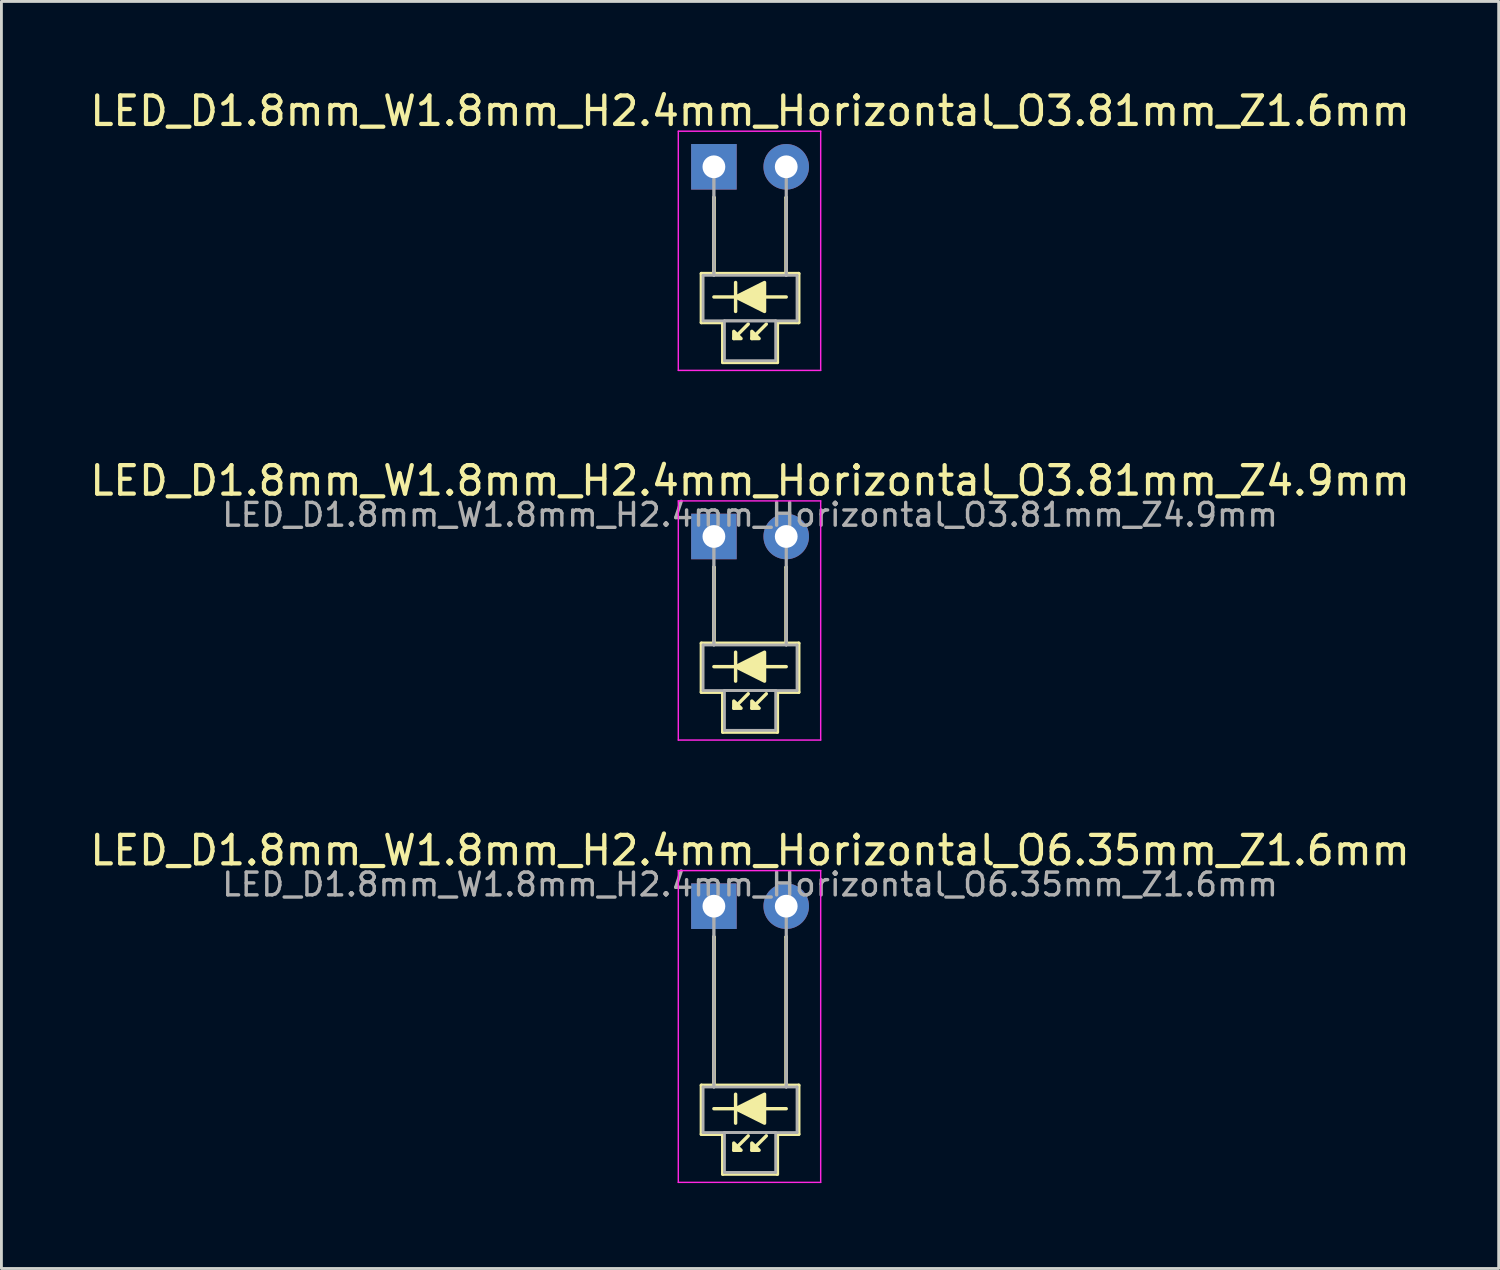
<source format=kicad_pcb>
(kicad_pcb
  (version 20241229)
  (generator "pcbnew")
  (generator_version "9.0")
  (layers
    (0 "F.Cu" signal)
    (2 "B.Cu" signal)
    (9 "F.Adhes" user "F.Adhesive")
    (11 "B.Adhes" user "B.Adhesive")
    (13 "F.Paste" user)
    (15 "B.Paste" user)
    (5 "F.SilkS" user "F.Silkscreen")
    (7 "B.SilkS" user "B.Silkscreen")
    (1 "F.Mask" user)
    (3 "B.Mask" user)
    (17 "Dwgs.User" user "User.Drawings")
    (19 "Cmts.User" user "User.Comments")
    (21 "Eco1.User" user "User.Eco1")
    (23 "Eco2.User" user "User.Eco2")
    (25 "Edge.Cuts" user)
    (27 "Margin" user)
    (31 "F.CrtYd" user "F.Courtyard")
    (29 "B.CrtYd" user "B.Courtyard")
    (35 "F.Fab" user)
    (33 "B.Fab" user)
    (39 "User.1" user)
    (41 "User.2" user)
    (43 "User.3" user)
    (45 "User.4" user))
  (footprint "LED_D1.8mm_W1.8mm_H2.4mm_Horizontal_O6.35mm_Z1.6mm"
    (layer "F.Cu")
    (at 22.022 28.775)
    (property "Reference" "LED_D1.8mm_W1.8mm_H2.4mm_Horizontal_O6.35mm_Z1.6mm" (at 1.27 -1.96 0) (layer "F.SilkS") (effects (font (size 1 1) (thickness 0.15))))
    (fp_line (start -0.44 6.29) (end -0.44 8.01) (stroke (width 0.12) (type solid)) (layer "F.SilkS"))
    (fp_line (start 0 1.08) (end 0 1.08) (stroke (width 0.12) (type solid)) (layer "F.SilkS"))
    (fp_line (start 0 1.08) (end 0 6.29) (stroke (width 0.12) (type solid)) (layer "F.SilkS"))
    (fp_line (start 0 6.29) (end 0 1.08) (stroke (width 0.12) (type solid)) (layer "F.SilkS"))
    (fp_line (start 0 6.29) (end 0 6.29) (stroke (width 0.12) (type solid)) (layer "F.SilkS"))
    (fp_line (start 0.31 8.01) (end -0.44 8.01) (stroke (width 0.12) (type solid)) (layer "F.SilkS"))
    (fp_line (start 0.31 8.01) (end 0.31 9.41) (stroke (width 0.12) (type solid)) (layer "F.SilkS"))
    (fp_line (start 0.31 9.41) (end 2.23 9.41) (stroke (width 0.12) (type solid)) (layer "F.SilkS"))
    (fp_line (start 0.762 6.604) (end 0.762 7.62) (stroke (width 0.12) (type solid)) (layer "F.SilkS"))
    (fp_line (start 1.206 8.065) (end 0.699 8.572) (stroke (width 0.12) (type solid)) (layer "F.SilkS"))
    (fp_line (start 1.841 8.065) (end 1.333 8.572) (stroke (width 0.12) (type solid)) (layer "F.SilkS"))
    (fp_line (start 2.23 9.41) (end 2.23 8.01) (stroke (width 0.12) (type solid)) (layer "F.SilkS"))
    (fp_line (start 2.54 1.08) (end 2.54 1.08) (stroke (width 0.12) (type solid)) (layer "F.SilkS"))
    (fp_line (start 2.54 1.08) (end 2.54 6.29) (stroke (width 0.12) (type solid)) (layer "F.SilkS"))
    (fp_line (start 2.54 6.29) (end 2.54 1.08) (stroke (width 0.12) (type solid)) (layer "F.SilkS"))
    (fp_line (start 2.54 6.29) (end 2.54 6.29) (stroke (width 0.12) (type solid)) (layer "F.SilkS"))
    (fp_line (start 2.54 7.112) (end 0 7.112) (stroke (width 0.12) (type solid)) (layer "F.SilkS"))
    (fp_line (start 2.98 6.29) (end -0.44 6.29) (stroke (width 0.12) (type solid)) (layer "F.SilkS"))
    (fp_line (start 2.98 8.01) (end 2.23 8.01) (stroke (width 0.12) (type solid)) (layer "F.SilkS"))
    (fp_line (start 2.98 8.01) (end 2.98 6.29) (stroke (width 0.12) (type solid)) (layer "F.SilkS"))
    (fp_poly (pts (xy 0.699 8.319) (xy 0.953 8.572) (xy 0.699 8.572)) (stroke (width 0.12) (type solid)) (fill yes) (layer "F.SilkS"))
    (fp_poly (pts (xy 1.333 8.319) (xy 1.587 8.572) (xy 1.333 8.572)) (stroke (width 0.12) (type solid)) (fill yes) (layer "F.SilkS"))
    (fp_poly (pts (xy 1.778 7.62) (xy 0.762 7.112) (xy 1.778 6.604)) (stroke (width 0.12) (type solid)) (fill yes) (layer "F.SilkS"))
    (fp_line (start -1.25 -1.25) (end -1.25 9.7) (stroke (width 0.05) (type solid)) (layer "F.CrtYd"))
    (fp_line (start -1.25 9.7) (end 3.75 9.7) (stroke (width 0.05) (type solid)) (layer "F.CrtYd"))
    (fp_line (start 3.75 -1.25) (end -1.25 -1.25) (stroke (width 0.05) (type solid)) (layer "F.CrtYd"))
    (fp_line (start 3.75 9.7) (end 3.75 -1.25) (stroke (width 0.05) (type solid)) (layer "F.CrtYd"))
    (fp_line (start -0.38 6.35) (end -0.38 7.95) (stroke (width 0.1) (type solid)) (layer "F.Fab"))
    (fp_line (start -0.38 7.95) (end 2.92 7.95) (stroke (width 0.1) (type solid)) (layer "F.Fab"))
    (fp_line (start 0 0) (end 0 0) (stroke (width 0.1) (type solid)) (layer "F.Fab"))
    (fp_line (start 0 0) (end 0 6.35) (stroke (width 0.1) (type solid)) (layer "F.Fab"))
    (fp_line (start 0 6.35) (end 0 0) (stroke (width 0.1) (type solid)) (layer "F.Fab"))
    (fp_line (start 0 6.35) (end 0 6.35) (stroke (width 0.1) (type solid)) (layer "F.Fab"))
    (fp_line (start 0.37 7.95) (end 0.37 9.35) (stroke (width 0.1) (type solid)) (layer "F.Fab"))
    (fp_line (start 0.37 9.35) (end 2.17 9.35) (stroke (width 0.1) (type solid)) (layer "F.Fab"))
    (fp_line (start 2.17 7.95) (end 0.37 7.95) (stroke (width 0.1) (type solid)) (layer "F.Fab"))
    (fp_line (start 2.17 9.35) (end 2.17 7.95) (stroke (width 0.1) (type solid)) (layer "F.Fab"))
    (fp_line (start 2.54 0) (end 2.54 0) (stroke (width 0.1) (type solid)) (layer "F.Fab"))
    (fp_line (start 2.54 0) (end 2.54 6.35) (stroke (width 0.1) (type solid)) (layer "F.Fab"))
    (fp_line (start 2.54 6.35) (end 2.54 0) (stroke (width 0.1) (type solid)) (layer "F.Fab"))
    (fp_line (start 2.54 6.35) (end 2.54 6.35) (stroke (width 0.1) (type solid)) (layer "F.Fab"))
    (fp_line (start 2.92 6.35) (end -0.38 6.35) (stroke (width 0.1) (type solid)) (layer "F.Fab"))
    (fp_line (start 2.92 7.95) (end 2.92 6.35) (stroke (width 0.1) (type solid)) (layer "F.Fab"))
    (fp_text user "${REFERENCE}" (at 1.27 -0.762 0) (layer "F.Fab") (effects (font (size 0.8 0.8) (thickness 0.12))))
    (pad "1" thru_hole rect (at 0 0) (size 1.6 1.6) (drill 0.8) (layers "*.Cu" "*.Mask"))
    (pad "2" thru_hole circle (at 2.54 0) (size 1.6 1.6) (drill 0.8) (layers "*.Cu" "*.Mask")))
  (footprint "LED_D1.8mm_W1.8mm_H2.4mm_Horizontal_O3.81mm_Z4.9mm"
    (layer "F.Cu")
    (at 22.022 15.791)
    (property "Reference" "LED_D1.8mm_W1.8mm_H2.4mm_Horizontal_O3.81mm_Z4.9mm" (at 1.27 -1.96 0) (layer "F.SilkS") (effects (font (size 1 1) (thickness 0.15))))
    (fp_line (start -0.44 3.75) (end -0.44 5.47) (stroke (width 0.12) (type solid)) (layer "F.SilkS"))
    (fp_line (start 0 1.08) (end 0 1.08) (stroke (width 0.12) (type solid)) (layer "F.SilkS"))
    (fp_line (start 0 1.08) (end 0 3.75) (stroke (width 0.12) (type solid)) (layer "F.SilkS"))
    (fp_line (start 0 3.75) (end 0 1.08) (stroke (width 0.12) (type solid)) (layer "F.SilkS"))
    (fp_line (start 0 3.75) (end 0 3.75) (stroke (width 0.12) (type solid)) (layer "F.SilkS"))
    (fp_line (start 0.31 5.47) (end -0.44 5.47) (stroke (width 0.12) (type solid)) (layer "F.SilkS"))
    (fp_line (start 0.31 5.47) (end 0.31 6.87) (stroke (width 0.12) (type solid)) (layer "F.SilkS"))
    (fp_line (start 0.31 6.87) (end 2.23 6.87) (stroke (width 0.12) (type solid)) (layer "F.SilkS"))
    (fp_line (start 0.762 4.064) (end 0.762 5.08) (stroke (width 0.12) (type solid)) (layer "F.SilkS"))
    (fp_line (start 1.206 5.524) (end 0.699 6.032) (stroke (width 0.12) (type solid)) (layer "F.SilkS"))
    (fp_line (start 1.841 5.524) (end 1.333 6.032) (stroke (width 0.12) (type solid)) (layer "F.SilkS"))
    (fp_line (start 2.23 6.87) (end 2.23 5.47) (stroke (width 0.12) (type solid)) (layer "F.SilkS"))
    (fp_line (start 2.54 1.08) (end 2.54 1.08) (stroke (width 0.12) (type solid)) (layer "F.SilkS"))
    (fp_line (start 2.54 1.08) (end 2.54 3.75) (stroke (width 0.12) (type solid)) (layer "F.SilkS"))
    (fp_line (start 2.54 3.75) (end 2.54 1.08) (stroke (width 0.12) (type solid)) (layer "F.SilkS"))
    (fp_line (start 2.54 3.75) (end 2.54 3.75) (stroke (width 0.12) (type solid)) (layer "F.SilkS"))
    (fp_line (start 2.54 4.572) (end 0 4.572) (stroke (width 0.12) (type solid)) (layer "F.SilkS"))
    (fp_line (start 2.98 3.75) (end -0.44 3.75) (stroke (width 0.12) (type solid)) (layer "F.SilkS"))
    (fp_line (start 2.98 5.47) (end 2.23 5.47) (stroke (width 0.12) (type solid)) (layer "F.SilkS"))
    (fp_line (start 2.98 5.47) (end 2.98 3.75) (stroke (width 0.12) (type solid)) (layer "F.SilkS"))
    (fp_poly (pts (xy 0.699 5.779) (xy 0.953 6.032) (xy 0.699 6.032)) (stroke (width 0.12) (type solid)) (fill yes) (layer "F.SilkS"))
    (fp_poly (pts (xy 1.333 5.779) (xy 1.587 6.032) (xy 1.333 6.032)) (stroke (width 0.12) (type solid)) (fill yes) (layer "F.SilkS"))
    (fp_poly (pts (xy 1.778 5.08) (xy 0.762 4.572) (xy 1.778 4.064)) (stroke (width 0.12) (type solid)) (fill yes) (layer "F.SilkS"))
    (fp_line (start -1.25 -1.25) (end -1.25 7.15) (stroke (width 0.05) (type solid)) (layer "F.CrtYd"))
    (fp_line (start -1.25 7.15) (end 3.75 7.15) (stroke (width 0.05) (type solid)) (layer "F.CrtYd"))
    (fp_line (start 3.75 -1.25) (end -1.25 -1.25) (stroke (width 0.05) (type solid)) (layer "F.CrtYd"))
    (fp_line (start 3.75 7.15) (end 3.75 -1.25) (stroke (width 0.05) (type solid)) (layer "F.CrtYd"))
    (fp_line (start -0.38 3.81) (end -0.38 5.41) (stroke (width 0.1) (type solid)) (layer "F.Fab"))
    (fp_line (start -0.38 5.41) (end 2.92 5.41) (stroke (width 0.1) (type solid)) (layer "F.Fab"))
    (fp_line (start 0 0) (end 0 0) (stroke (width 0.1) (type solid)) (layer "F.Fab"))
    (fp_line (start 0 0) (end 0 3.81) (stroke (width 0.1) (type solid)) (layer "F.Fab"))
    (fp_line (start 0 3.81) (end 0 0) (stroke (width 0.1) (type solid)) (layer "F.Fab"))
    (fp_line (start 0 3.81) (end 0 3.81) (stroke (width 0.1) (type solid)) (layer "F.Fab"))
    (fp_line (start 0.37 5.41) (end 0.37 6.81) (stroke (width 0.1) (type solid)) (layer "F.Fab"))
    (fp_line (start 0.37 6.81) (end 2.17 6.81) (stroke (width 0.1) (type solid)) (layer "F.Fab"))
    (fp_line (start 2.17 5.41) (end 0.37 5.41) (stroke (width 0.1) (type solid)) (layer "F.Fab"))
    (fp_line (start 2.17 6.81) (end 2.17 5.41) (stroke (width 0.1) (type solid)) (layer "F.Fab"))
    (fp_line (start 2.54 0) (end 2.54 0) (stroke (width 0.1) (type solid)) (layer "F.Fab"))
    (fp_line (start 2.54 0) (end 2.54 3.81) (stroke (width 0.1) (type solid)) (layer "F.Fab"))
    (fp_line (start 2.54 3.81) (end 2.54 0) (stroke (width 0.1) (type solid)) (layer "F.Fab"))
    (fp_line (start 2.54 3.81) (end 2.54 3.81) (stroke (width 0.1) (type solid)) (layer "F.Fab"))
    (fp_line (start 2.92 3.81) (end -0.38 3.81) (stroke (width 0.1) (type solid)) (layer "F.Fab"))
    (fp_line (start 2.92 5.41) (end 2.92 3.81) (stroke (width 0.1) (type solid)) (layer "F.Fab"))
    (fp_text user "${REFERENCE}" (at 1.27 -0.762 0) (layer "F.Fab") (effects (font (size 0.8 0.8) (thickness 0.12))))
    (pad "1" thru_hole rect (at 0 0) (size 1.6 1.6) (drill 0.8) (layers "*.Cu" "*.Mask"))
    (pad "2" thru_hole circle (at 2.54 0) (size 1.6 1.6) (drill 0.8) (layers "*.Cu" "*.Mask")))
  (footprint "LED_D1.8mm_W1.8mm_H2.4mm_Horizontal_O3.81mm_Z1.6mm"
    (layer "F.Cu")
    (at 22.022 2.808)
    (property "Reference" "LED_D1.8mm_W1.8mm_H2.4mm_Horizontal_O3.81mm_Z1.6mm" (at 1.27 -1.96 0) (layer "F.SilkS") (effects (font (size 1 1) (thickness 0.15))))
    (fp_line (start -0.44 3.75) (end -0.44 5.47) (stroke (width 0.12) (type solid)) (layer "F.SilkS"))
    (fp_line (start 0 1.08) (end 0 1.08) (stroke (width 0.12) (type solid)) (layer "F.SilkS"))
    (fp_line (start 0 1.08) (end 0 3.75) (stroke (width 0.12) (type solid)) (layer "F.SilkS"))
    (fp_line (start 0 3.75) (end 0 1.08) (stroke (width 0.12) (type solid)) (layer "F.SilkS"))
    (fp_line (start 0 3.75) (end 0 3.75) (stroke (width 0.12) (type solid)) (layer "F.SilkS"))
    (fp_line (start 0.31 5.47) (end -0.44 5.47) (stroke (width 0.12) (type solid)) (layer "F.SilkS"))
    (fp_line (start 0.31 5.47) (end 0.31 6.87) (stroke (width 0.12) (type solid)) (layer "F.SilkS"))
    (fp_line (start 0.31 6.87) (end 2.23 6.87) (stroke (width 0.12) (type solid)) (layer "F.SilkS"))
    (fp_line (start 0.762 4.064) (end 0.762 5.08) (stroke (width 0.12) (type solid)) (layer "F.SilkS"))
    (fp_line (start 1.206 5.524) (end 0.699 6.032) (stroke (width 0.12) (type solid)) (layer "F.SilkS"))
    (fp_line (start 1.841 5.524) (end 1.333 6.032) (stroke (width 0.12) (type solid)) (layer "F.SilkS"))
    (fp_line (start 2.23 6.87) (end 2.23 5.47) (stroke (width 0.12) (type solid)) (layer "F.SilkS"))
    (fp_line (start 2.54 1.08) (end 2.54 1.08) (stroke (width 0.12) (type solid)) (layer "F.SilkS"))
    (fp_line (start 2.54 1.08) (end 2.54 3.75) (stroke (width 0.12) (type solid)) (layer "F.SilkS"))
    (fp_line (start 2.54 3.75) (end 2.54 1.08) (stroke (width 0.12) (type solid)) (layer "F.SilkS"))
    (fp_line (start 2.54 3.75) (end 2.54 3.75) (stroke (width 0.12) (type solid)) (layer "F.SilkS"))
    (fp_line (start 2.54 4.572) (end 0 4.572) (stroke (width 0.12) (type solid)) (layer "F.SilkS"))
    (fp_line (start 2.98 3.75) (end -0.44 3.75) (stroke (width 0.12) (type solid)) (layer "F.SilkS"))
    (fp_line (start 2.98 5.47) (end 2.23 5.47) (stroke (width 0.12) (type solid)) (layer "F.SilkS"))
    (fp_line (start 2.98 5.47) (end 2.98 3.75) (stroke (width 0.12) (type solid)) (layer "F.SilkS"))
    (fp_poly (pts (xy 0.699 5.779) (xy 0.953 6.032) (xy 0.699 6.032)) (stroke (width 0.12) (type solid)) (fill yes) (layer "F.SilkS"))
    (fp_poly (pts (xy 1.333 5.779) (xy 1.587 6.032) (xy 1.333 6.032)) (stroke (width 0.12) (type solid)) (fill yes) (layer "F.SilkS"))
    (fp_poly (pts (xy 1.778 5.08) (xy 0.762 4.572) (xy 1.778 4.064)) (stroke (width 0.12) (type solid)) (fill yes) (layer "F.SilkS"))
    (fp_line (start -1.25 -1.25) (end -1.25 7.15) (stroke (width 0.05) (type solid)) (layer "F.CrtYd"))
    (fp_line (start -1.25 7.15) (end 3.75 7.15) (stroke (width 0.05) (type solid)) (layer "F.CrtYd"))
    (fp_line (start 3.75 -1.25) (end -1.25 -1.25) (stroke (width 0.05) (type solid)) (layer "F.CrtYd"))
    (fp_line (start 3.75 7.15) (end 3.75 -1.25) (stroke (width 0.05) (type solid)) (layer "F.CrtYd"))
    (fp_line (start -0.38 3.81) (end -0.38 5.41) (stroke (width 0.1) (type solid)) (layer "F.Fab"))
    (fp_line (start -0.38 5.41) (end 2.92 5.41) (stroke (width 0.1) (type solid)) (layer "F.Fab"))
    (fp_line (start 0 0) (end 0 0) (stroke (width 0.1) (type solid)) (layer "F.Fab"))
    (fp_line (start 0 0) (end 0 3.81) (stroke (width 0.1) (type solid)) (layer "F.Fab"))
    (fp_line (start 0 3.81) (end 0 0) (stroke (width 0.1) (type solid)) (layer "F.Fab"))
    (fp_line (start 0 3.81) (end 0 3.81) (stroke (width 0.1) (type solid)) (layer "F.Fab"))
    (fp_line (start 0.37 5.41) (end 0.37 6.81) (stroke (width 0.1) (type solid)) (layer "F.Fab"))
    (fp_line (start 0.37 6.81) (end 2.17 6.81) (stroke (width 0.1) (type solid)) (layer "F.Fab"))
    (fp_line (start 2.17 5.41) (end 0.37 5.41) (stroke (width 0.1) (type solid)) (layer "F.Fab"))
    (fp_line (start 2.17 6.81) (end 2.17 5.41) (stroke (width 0.1) (type solid)) (layer "F.Fab"))
    (fp_line (start 2.54 0) (end 2.54 0) (stroke (width 0.1) (type solid)) (layer "F.Fab"))
    (fp_line (start 2.54 0) (end 2.54 3.81) (stroke (width 0.1) (type solid)) (layer "F.Fab"))
    (fp_line (start 2.54 3.81) (end 2.54 0) (stroke (width 0.1) (type solid)) (layer "F.Fab"))
    (fp_line (start 2.54 3.81) (end 2.54 3.81) (stroke (width 0.1) (type solid)) (layer "F.Fab"))
    (fp_line (start 2.92 3.81) (end -0.38 3.81) (stroke (width 0.1) (type solid)) (layer "F.Fab"))
    (fp_line (start 2.92 5.41) (end 2.92 3.81) (stroke (width 0.1) (type solid)) (layer "F.Fab"))
    (pad "1" thru_hole rect (at 0 0) (size 1.6 1.6) (drill 0.8) (layers "*.Cu" "*.Mask"))
    (pad "2" thru_hole circle (at 2.54 0) (size 1.6 1.6) (drill 0.8) (layers "*.Cu" "*.Mask")))
  (gr_rect
    (start -3 -3)
    (end 49.583 41.5)
    (stroke (width 0.1) (type default))
    (fill no)
    (layer "Edge.Cuts")))
</source>
